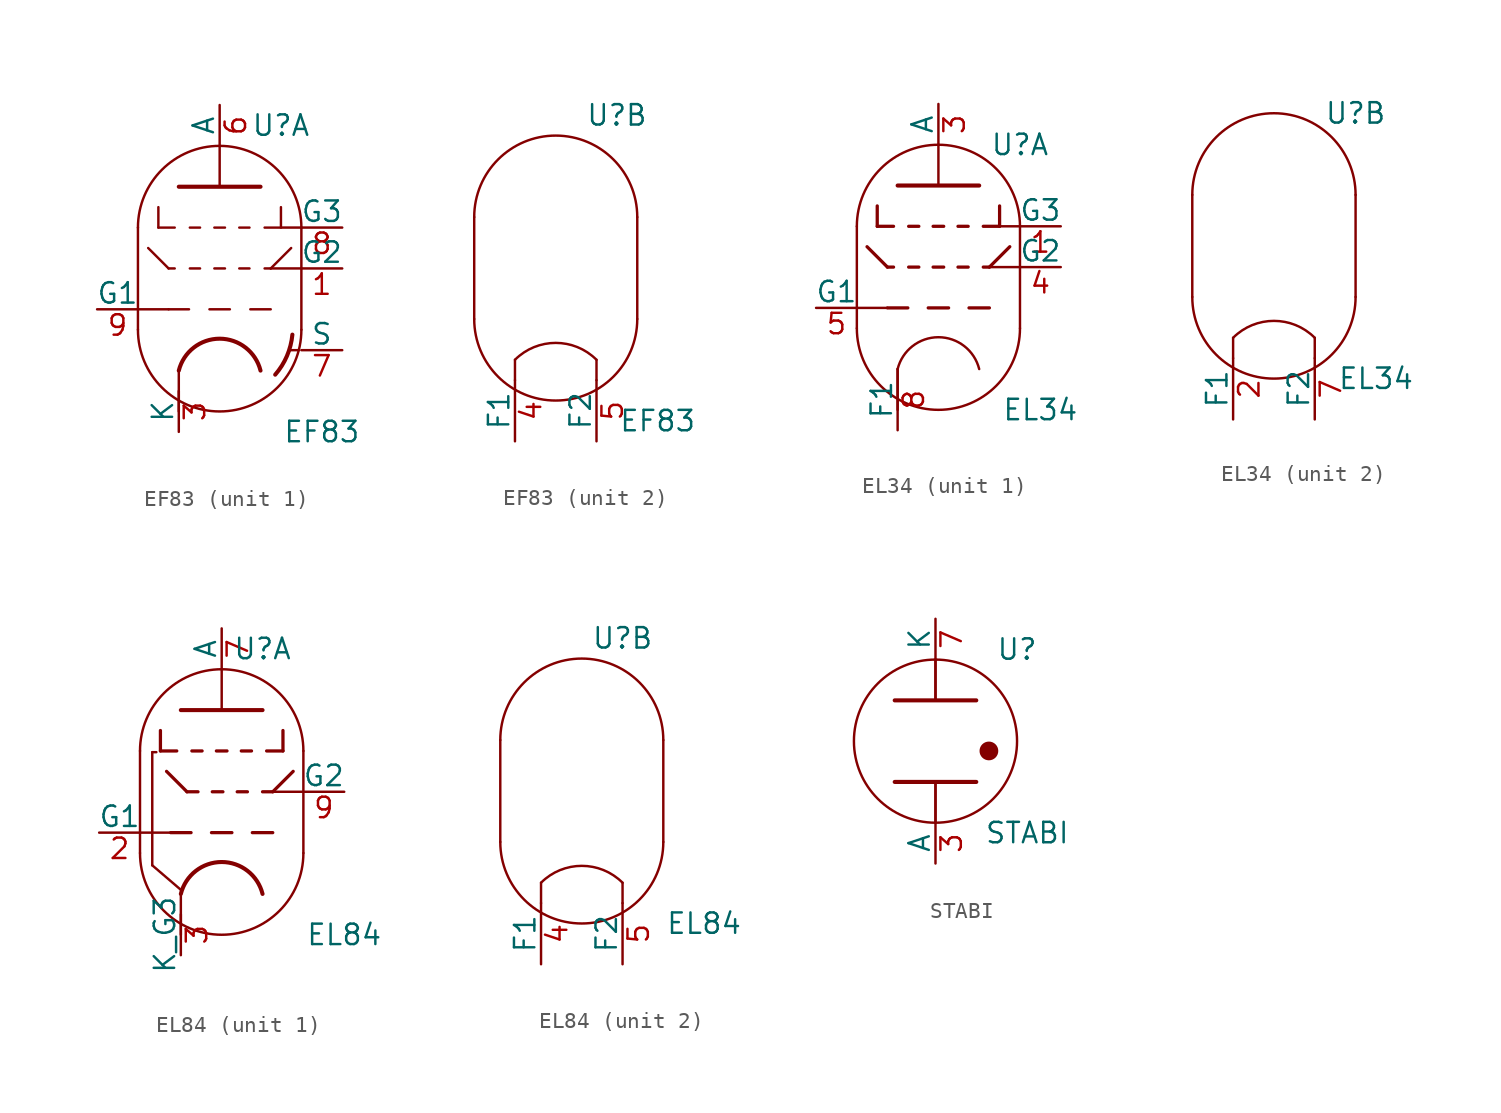
<source format=kicad_sym>
(kicad_symbol_lib
  (version 20201005)
  (generator kicad_symbol_editor)
  (symbol "EF83"
    (pin_names
      (offset 0))
    (property "Reference" "U"
      (at 3.81 10.16 0)
      (effects (font (size 1.27 1.27))))
    (property "Value" "EF83"
      (at 6.35 -8.89 0)
      (effects (font (size 1.27 1.27))))
    (property "ki_locked" ""
      (at 0 0 0)
      (effects (font (size 1.27 1.27))))
    (symbol "EF83_0_1"
      (arc (start -5.08 -2.54) (end 5.08 -2.54) (radius (at 0 -2.54) (length 5.08) (angles -179.9 -0.1)) (stroke (width 0)) (fill (type none)))
      (arc (start 5.08 3.81) (end -5.08 3.81) (radius (at 0 3.81) (length 5.08) (angles 0.1 179.9)) (stroke (width 0)) (fill (type none)))
      (polyline (pts (xy -5.08 -2.54) (xy -5.08 3.81) (xy -5.08 3.81)) (stroke (width 0)) (fill (type none)))
      (polyline (pts (xy 5.08 -2.54) (xy 5.08 3.81) (xy 5.08 3.81)) (stroke (width 0)) (fill (type none))))
    (symbol "EF83_1_0"
      (polyline (pts (xy -2.54 -5.08) (xy -2.54 -7.62)) (stroke (width 0)) (fill (type none)))
      (polyline (pts (xy 4.318 -3.785) (xy 4.343 -3.81)) (stroke (width 0)) (fill (type none)))
      (polyline (pts (xy 4.928 -3.81) (xy 4.343 -3.81)) (stroke (width 0)) (fill (type none))))
    (symbol "EF83_1_1"
      (arc (start 3.4544 -5.334) (end 4.5212 -2.8448) (radius (at -0.0508 -2.3876) (length 4.572) (angles -39.8 -5.8)) (stroke (width 0.254)) (fill (type none)))
      (arc (start 2.54 -5.08) (end -2.54 -5.08) (radius (at 0 -5.715) (length 2.6162) (angles 14.2 165.9)) (stroke (width 0.254)) (fill (type none)))
      (polyline (pts (xy -5.08 -1.27) (xy -3.175 -1.27)) (stroke (width 0)) (fill (type none)))
      (polyline (pts (xy -4.445 2.54) (xy -3.175 1.27)) (stroke (width 0.152)) (fill (type none)))
      (polyline (pts (xy -3.81 3.81) (xy -2.794 3.81)) (stroke (width 0.152)) (fill (type none)))
      (polyline (pts (xy -3.81 5.08) (xy -3.81 3.81)) (stroke (width 0.152)) (fill (type none)))
      (polyline (pts (xy -3.175 1.27) (xy -2.794 1.27)) (stroke (width 0.152)) (fill (type none)))
      (polyline (pts (xy -1.905 -1.27) (xy -3.175 -1.27)) (stroke (width 0.152)) (fill (type none)))
      (polyline (pts (xy -1.854 1.27) (xy -1.219 1.27)) (stroke (width 0.152)) (fill (type none)))
      (polyline (pts (xy -1.854 3.81) (xy -1.219 3.81)) (stroke (width 0.152)) (fill (type none)))
      (polyline (pts (xy -0.635 -1.27) (xy 0.635 -1.27)) (stroke (width 0.152)) (fill (type none)))
      (polyline (pts (xy -0.33 1.27) (xy 0.33 1.27)) (stroke (width 0.152)) (fill (type none)))
      (polyline (pts (xy -0.33 3.81) (xy 0.33 3.81)) (stroke (width 0.152)) (fill (type none)))
      (polyline (pts (xy 0 6.35) (xy 0 8.89)) (stroke (width 0)) (fill (type none)))
      (polyline (pts (xy 1.219 1.27) (xy 1.854 1.27)) (stroke (width 0.152)) (fill (type none)))
      (polyline (pts (xy 1.219 3.81) (xy 1.854 3.81)) (stroke (width 0.152)) (fill (type none)))
      (polyline (pts (xy 1.905 -1.27) (xy 3.175 -1.27)) (stroke (width 0.152)) (fill (type none)))
      (polyline (pts (xy 2.794 1.27) (xy 3.175 1.27)) (stroke (width 0.152)) (fill (type none)))
      (polyline (pts (xy 3.175 1.27) (xy 5.08 1.27)) (stroke (width 0)) (fill (type none)))
      (polyline (pts (xy 3.81 3.81) (xy 2.794 3.81)) (stroke (width 0.152)) (fill (type none)))
      (polyline (pts (xy 3.81 5.08) (xy 3.81 3.81)) (stroke (width 0.152)) (fill (type none)))
      (polyline (pts (xy 3.886 3.81) (xy 5.08 3.81)) (stroke (width 0)) (fill (type none)))
      (polyline (pts (xy 4.445 2.54) (xy 3.175 1.27)) (stroke (width 0.152)) (fill (type none)))
      (polyline (pts (xy -2.54 6.35) (xy 2.54 6.35) (xy 2.54 6.35)) (stroke (width 0.254)) (fill (type none)))
      (pin input line (at 7.62 1.27 180) (length 2.54) (name "G2" (effects (font (size 1.27 1.27)))) (number "1" (effects (font (size 1.27 1.27)))))
      (pin bidirectional line (at -2.54 -8.89 90) (length 2.54) (name "K" (effects (font (size 1.27 1.27)))) (number "3" (effects (font (size 1.27 1.27)))))
      (pin output line (at 0 11.43 270) (length 2.54) (name "A" (effects (font (size 1.27 1.27)))) (number "6" (effects (font (size 1.27 1.27)))))
      (pin input line (at 7.62 -3.81 180) (length 2.54) (name "S" (effects (font (size 1.27 1.27)))) (number "7" (effects (font (size 1.27 1.27)))))
      (pin input line (at 7.62 3.81 180) (length 2.54) (name "G3" (effects (font (size 1.27 1.27)))) (number "8" (effects (font (size 1.27 1.27)))))
      (pin input line (at -7.62 -1.27 0) (length 2.54) (name "G1" (effects (font (size 1.27 1.27)))) (number "9" (effects (font (size 1.27 1.27))))))
    (symbol "EF83_2_1"
      (arc (start 2.54 -5.08) (end -2.54 -5.08) (radius (at 0 -7.62) (length 3.5814) (angles 45 135)) (stroke (width 0)) (fill (type none)))
      (polyline (pts (xy -2.54 -5.08) (xy -2.54 -6.35) (xy -2.54 -6.35)) (stroke (width 0)) (fill (type none)))
      (polyline (pts (xy 2.54 -5.08) (xy 2.54 -6.35) (xy 2.54 -6.35)) (stroke (width 0)) (fill (type none)))
      (pin power_in line (at -2.54 -10.16 90) (length 3.81) (name "F1" (effects (font (size 1.27 1.27)))) (number "4" (effects (font (size 1.27 1.27)))))
      (pin power_in line (at 2.54 -10.16 90) (length 3.81) (name "F2" (effects (font (size 1.27 1.27)))) (number "5" (effects (font (size 1.27 1.27)))))))
  (symbol "EL34"
    (pin_names
      (offset 0))
    (property "Reference" "U"
      (at 5.08 8.89 0)
      (effects (font (size 1.27 1.27))))
    (property "Value" "EL34"
      (at 6.35 -7.62 0)
      (effects (font (size 1.27 1.27))))
    (property "ki_locked" ""
      (at 0 0 0)
      (effects (font (size 1.27 1.27))))
    (symbol "EL34_0_1"
      (arc (start -5.08 -2.54) (end 5.08 -2.54) (radius (at 0 -2.54) (length 5.08) (angles -179.9 -0.1)) (stroke (width 0)) (fill (type none)))
      (arc (start 5.08 3.81) (end -5.08 3.81) (radius (at 0 3.81) (length 5.08) (angles 0.1 179.9)) (stroke (width 0)) (fill (type none)))
      (polyline (pts (xy -5.08 3.81) (xy -5.08 -2.54) (xy -5.08 -2.54)) (stroke (width 0)) (fill (type none)))
      (polyline (pts (xy 5.08 3.81) (xy 5.08 -2.54) (xy 5.08 -2.54)) (stroke (width 0)) (fill (type none))))
    (symbol "EL34_1_0"
      (polyline (pts (xy -2.54 -5.08) (xy -2.54 -7.62)) (stroke (width 0)) (fill (type none))))
    (symbol "EL34_1_1"
      (arc (start 2.54 -5.08) (end -2.54 -5.08) (radius (at 0 -5.715) (length 2.6162) (angles 14.2 165.9)) (stroke (width 0)) (fill (type none)))
      (polyline (pts (xy -5.08 -1.27) (xy -3.175 -1.27)) (stroke (width 0)) (fill (type none)))
      (polyline (pts (xy -4.445 2.54) (xy -3.175 1.27)) (stroke (width 0.203)) (fill (type none)))
      (polyline (pts (xy -3.81 3.81) (xy -2.794 3.81)) (stroke (width 0.203)) (fill (type none)))
      (polyline (pts (xy -3.81 5.08) (xy -3.81 3.81)) (stroke (width 0.203)) (fill (type none)))
      (polyline (pts (xy -3.175 1.27) (xy -2.794 1.27)) (stroke (width 0.203)) (fill (type none)))
      (polyline (pts (xy -1.905 -1.27) (xy -3.175 -1.27)) (stroke (width 0.203)) (fill (type none)))
      (polyline (pts (xy -1.854 1.27) (xy -1.219 1.27)) (stroke (width 0.203)) (fill (type none)))
      (polyline (pts (xy -1.854 3.81) (xy -1.219 3.81)) (stroke (width 0.203)) (fill (type none)))
      (polyline (pts (xy -0.635 -1.27) (xy 0.635 -1.27)) (stroke (width 0.203)) (fill (type none)))
      (polyline (pts (xy -0.33 1.27) (xy 0.33 1.27)) (stroke (width 0.203)) (fill (type none)))
      (polyline (pts (xy -0.33 3.81) (xy 0.33 3.81)) (stroke (width 0.203)) (fill (type none)))
      (polyline (pts (xy 0 6.35) (xy 0 8.89)) (stroke (width 0)) (fill (type none)))
      (polyline (pts (xy 1.219 1.27) (xy 1.854 1.27)) (stroke (width 0.203)) (fill (type none)))
      (polyline (pts (xy 1.219 3.81) (xy 1.854 3.81)) (stroke (width 0.203)) (fill (type none)))
      (polyline (pts (xy 1.905 -1.27) (xy 3.175 -1.27)) (stroke (width 0.203)) (fill (type none)))
      (polyline (pts (xy 2.794 1.27) (xy 3.175 1.27)) (stroke (width 0.203)) (fill (type none)))
      (polyline (pts (xy 3.175 1.27) (xy 5.08 1.27)) (stroke (width 0)) (fill (type none)))
      (polyline (pts (xy 3.81 3.81) (xy 2.794 3.81)) (stroke (width 0.203)) (fill (type none)))
      (polyline (pts (xy 3.81 5.08) (xy 3.81 3.81)) (stroke (width 0.203)) (fill (type none)))
      (polyline (pts (xy 3.886 3.81) (xy 5.08 3.81)) (stroke (width 0)) (fill (type none)))
      (polyline (pts (xy 4.445 2.54) (xy 3.175 1.27)) (stroke (width 0.203)) (fill (type none)))
      (polyline (pts (xy -2.54 6.35) (xy 2.54 6.35) (xy 2.54 6.35) (xy 2.54 6.35)) (stroke (width 0.254)) (fill (type none)))
      (pin input line (at 7.62 3.81 180) (length 2.54) (name "G3" (effects (font (size 1.27 1.27)))) (number "1" (effects (font (size 1.27 1.27)))))
      (pin output line (at 0 11.43 270) (length 2.54) (name "A" (effects (font (size 1.27 1.27)))) (number "3" (effects (font (size 1.27 1.27)))))
      (pin input line (at 7.62 1.27 180) (length 2.54) (name "G2" (effects (font (size 1.27 1.27)))) (number "4" (effects (font (size 1.27 1.27)))))
      (pin input line (at -7.62 -1.27 0) (length 2.54) (name "G1" (effects (font (size 1.27 1.27)))) (number "5" (effects (font (size 1.27 1.27)))))
      (pin power_in line (at -2.54 -8.89 90) (length 3.81) (name "F1" (effects (font (size 1.27 1.27)))) (number "8" (effects (font (size 1.27 1.27))))))
    (symbol "EL34_2_1"
      (arc (start 2.54 -5.08) (end -2.54 -5.08) (radius (at 0 -7.62) (length 3.5814) (angles 45 135)) (stroke (width 0)) (fill (type none)))
      (polyline (pts (xy -2.54 -6.35) (xy -2.54 -5.08) (xy -2.54 -5.08)) (stroke (width 0)) (fill (type none)))
      (polyline (pts (xy 2.54 -6.35) (xy 2.54 -5.08) (xy 2.54 -5.08)) (stroke (width 0)) (fill (type none)))
      (pin power_in line (at -2.54 -10.16 90) (length 3.81) (name "F1" (effects (font (size 1.27 1.27)))) (number "2" (effects (font (size 1.27 1.27)))))
      (pin power_in line (at 2.54 -10.16 90) (length 3.81) (name "F2" (effects (font (size 1.27 1.27)))) (number "7" (effects (font (size 1.27 1.27)))))))
  (symbol "EL84"
    (pin_names
      (offset 0))
    (property "Reference" "U"
      (at 2.54 10.16 0)
      (effects (font (size 1.27 1.27))))
    (property "Value" "EL84"
      (at 7.62 -7.62 0)
      (effects (font (size 1.27 1.27))))
    (property "ki_locked" ""
      (at 0 0 0)
      (effects (font (size 1.27 1.27))))
    (symbol "EL84_0_1"
      (arc (start -5.08 -2.54) (end 5.08 -2.54) (radius (at 0 -2.54) (length 5.08) (angles -179.9 -0.1)) (stroke (width 0)) (fill (type none)))
      (arc (start 5.08 3.81) (end -5.08 3.81) (radius (at 0 3.81) (length 5.08) (angles 0.1 179.9)) (stroke (width 0)) (fill (type none)))
      (polyline (pts (xy -5.08 3.81) (xy -5.08 -2.54) (xy -5.08 -2.54)) (stroke (width 0)) (fill (type none)))
      (polyline (pts (xy 5.08 -2.54) (xy 5.08 3.81) (xy 5.08 3.81)) (stroke (width 0)) (fill (type none))))
    (symbol "EL84_1_0"
      (polyline (pts (xy -2.54 -5.08) (xy -2.54 -7.62)) (stroke (width 0)) (fill (type none))))
    (symbol "EL84_1_1"
      (arc (start 2.54 -5.08) (end -2.54 -5.08) (radius (at 0 -5.715) (length 2.6162) (angles 14.2 165.9)) (stroke (width 0.254)) (fill (type none)))
      (polyline (pts (xy -5.08 -1.27) (xy -3.175 -1.27)) (stroke (width 0)) (fill (type none)))
      (polyline (pts (xy -4.318 -3.302) (xy -4.318 3.734)) (stroke (width 0)) (fill (type none)))
      (polyline (pts (xy -4.318 -3.302) (xy -2.54 -4.826)) (stroke (width 0)) (fill (type none)))
      (polyline (pts (xy -4.064 3.734) (xy -4.318 3.734)) (stroke (width 0)) (fill (type none)))
      (polyline (pts (xy -3.81 3.81) (xy -2.794 3.81)) (stroke (width 0.203)) (fill (type none)))
      (polyline (pts (xy -3.81 5.08) (xy -3.81 3.81)) (stroke (width 0.203)) (fill (type none)))
      (polyline (pts (xy -3.429 2.54) (xy -2.159 1.27)) (stroke (width 0.203)) (fill (type none)))
      (polyline (pts (xy -2.159 1.27) (xy -1.473 1.27)) (stroke (width 0.203)) (fill (type none)))
      (polyline (pts (xy -1.905 -1.27) (xy -3.175 -1.27)) (stroke (width 0.203)) (fill (type none)))
      (polyline (pts (xy -1.854 3.81) (xy -1.219 3.81)) (stroke (width 0.203)) (fill (type none)))
      (polyline (pts (xy -0.635 -1.27) (xy 0.635 -1.27)) (stroke (width 0.203)) (fill (type none)))
      (polyline (pts (xy -0.584 1.27) (xy 0.076 1.27)) (stroke (width 0.203)) (fill (type none)))
      (polyline (pts (xy -0.33 3.81) (xy 0.33 3.81)) (stroke (width 0.203)) (fill (type none)))
      (polyline (pts (xy 0 6.35) (xy 0 8.89)) (stroke (width 0)) (fill (type none)))
      (polyline (pts (xy 0.965 1.27) (xy 1.6 1.27)) (stroke (width 0.203)) (fill (type none)))
      (polyline (pts (xy 1.219 3.81) (xy 1.854 3.81)) (stroke (width 0.203)) (fill (type none)))
      (polyline (pts (xy 1.905 -1.27) (xy 3.175 -1.27)) (stroke (width 0.203)) (fill (type none)))
      (polyline (pts (xy 2.54 1.27) (xy 3.175 1.27)) (stroke (width 0.203)) (fill (type none)))
      (polyline (pts (xy 3.175 1.27) (xy 5.08 1.27)) (stroke (width 0)) (fill (type none)))
      (polyline (pts (xy 3.81 3.81) (xy 2.794 3.81)) (stroke (width 0.203)) (fill (type none)))
      (polyline (pts (xy 3.81 5.08) (xy 3.81 3.81)) (stroke (width 0.203)) (fill (type none)))
      (polyline (pts (xy 4.445 2.54) (xy 3.175 1.27)) (stroke (width 0.203)) (fill (type none)))
      (polyline (pts (xy -2.54 6.35) (xy 2.54 6.35) (xy 2.54 6.35)) (stroke (width 0.254)) (fill (type none)))
      (pin input line (at -7.62 -1.27 0) (length 2.54) (name "G1" (effects (font (size 1.27 1.27)))) (number "2" (effects (font (size 1.27 1.27)))))
      (pin bidirectional line (at -2.54 -8.89 90) (length 2.54) (name "K_G3" (effects (font (size 1.27 1.27)))) (number "3" (effects (font (size 1.27 1.27)))))
      (pin output line (at 0 11.43 270) (length 2.54) (name "A" (effects (font (size 1.27 1.27)))) (number "7" (effects (font (size 1.27 1.27)))))
      (pin input line (at 7.62 1.27 180) (length 2.54) (name "G2" (effects (font (size 1.27 1.27)))) (number "9" (effects (font (size 1.27 1.27))))))
    (symbol "EL84_2_1"
      (arc (start 2.54 -5.08) (end -2.54 -5.08) (radius (at 0 -7.62) (length 3.5814) (angles 45 135)) (stroke (width 0)) (fill (type none)))
      (polyline (pts (xy -2.54 -5.08) (xy -2.54 -6.35) (xy -2.54 -6.35)) (stroke (width 0)) (fill (type none)))
      (polyline (pts (xy 2.54 -6.35) (xy 2.54 -5.08) (xy 2.54 -5.08)) (stroke (width 0)) (fill (type none)))
      (pin power_in line (at -2.54 -10.16 90) (length 3.81) (name "F1" (effects (font (size 1.27 1.27)))) (number "4" (effects (font (size 1.27 1.27)))))
      (pin power_in line (at 2.54 -10.16 90) (length 3.81) (name "F2" (effects (font (size 1.27 1.27)))) (number "5" (effects (font (size 1.27 1.27)))))))
  (symbol "STABI"
    (pin_names
      (offset 0))
    (property "Reference" "U"
      (at 5.08 5.715 0)
      (effects (font (size 1.27 1.27))))
    (property "Value" "STABI"
      (at 5.715 -5.715 0)
      (effects (font (size 1.27 1.27))))
    (symbol "STABI_1_0"
      (polyline (pts (xy 0 -2.54) (xy 0 -5.08)) (stroke (width 0)) (fill (type none)))
      (polyline (pts (xy 0 5.08) (xy 0 2.54)) (stroke (width 0)) (fill (type none))))
    (symbol "STABI_1_1"
      (circle (center 0 0) (radius 5.08) (stroke (width 0.152)) (fill (type none)))
      (circle (center 3.327 -0.61) (radius 0.508) (stroke (width 0)) (fill (type outline)))
      (polyline (pts (xy 0 -2.54) (xy 0 -5.08)) (stroke (width 0.152)) (fill (type none)))
      (polyline (pts (xy 0 5.08) (xy 0 2.54)) (stroke (width 0.152)) (fill (type none)))
      (polyline (pts (xy -2.54 -2.54) (xy 2.54 -2.54) (xy 2.54 -2.54)) (stroke (width 0.254)) (fill (type none)))
      (polyline (pts (xy -2.54 2.54) (xy 2.54 2.54) (xy 2.54 2.54) (xy 2.54 2.54)) (stroke (width 0.254)) (fill (type none)))
      (pin passive line (at 0 -7.62 90) (length 2.54) (name "A" (effects (font (size 1.27 1.27)))) (number "3" (effects (font (size 1.27 1.27)))))
      (pin passive line (at 0 7.62 270) (length 2.54) (name "K" (effects (font (size 1.27 1.27)))) (number "7" (effects (font (size 1.27 1.27))))))))
</source>
